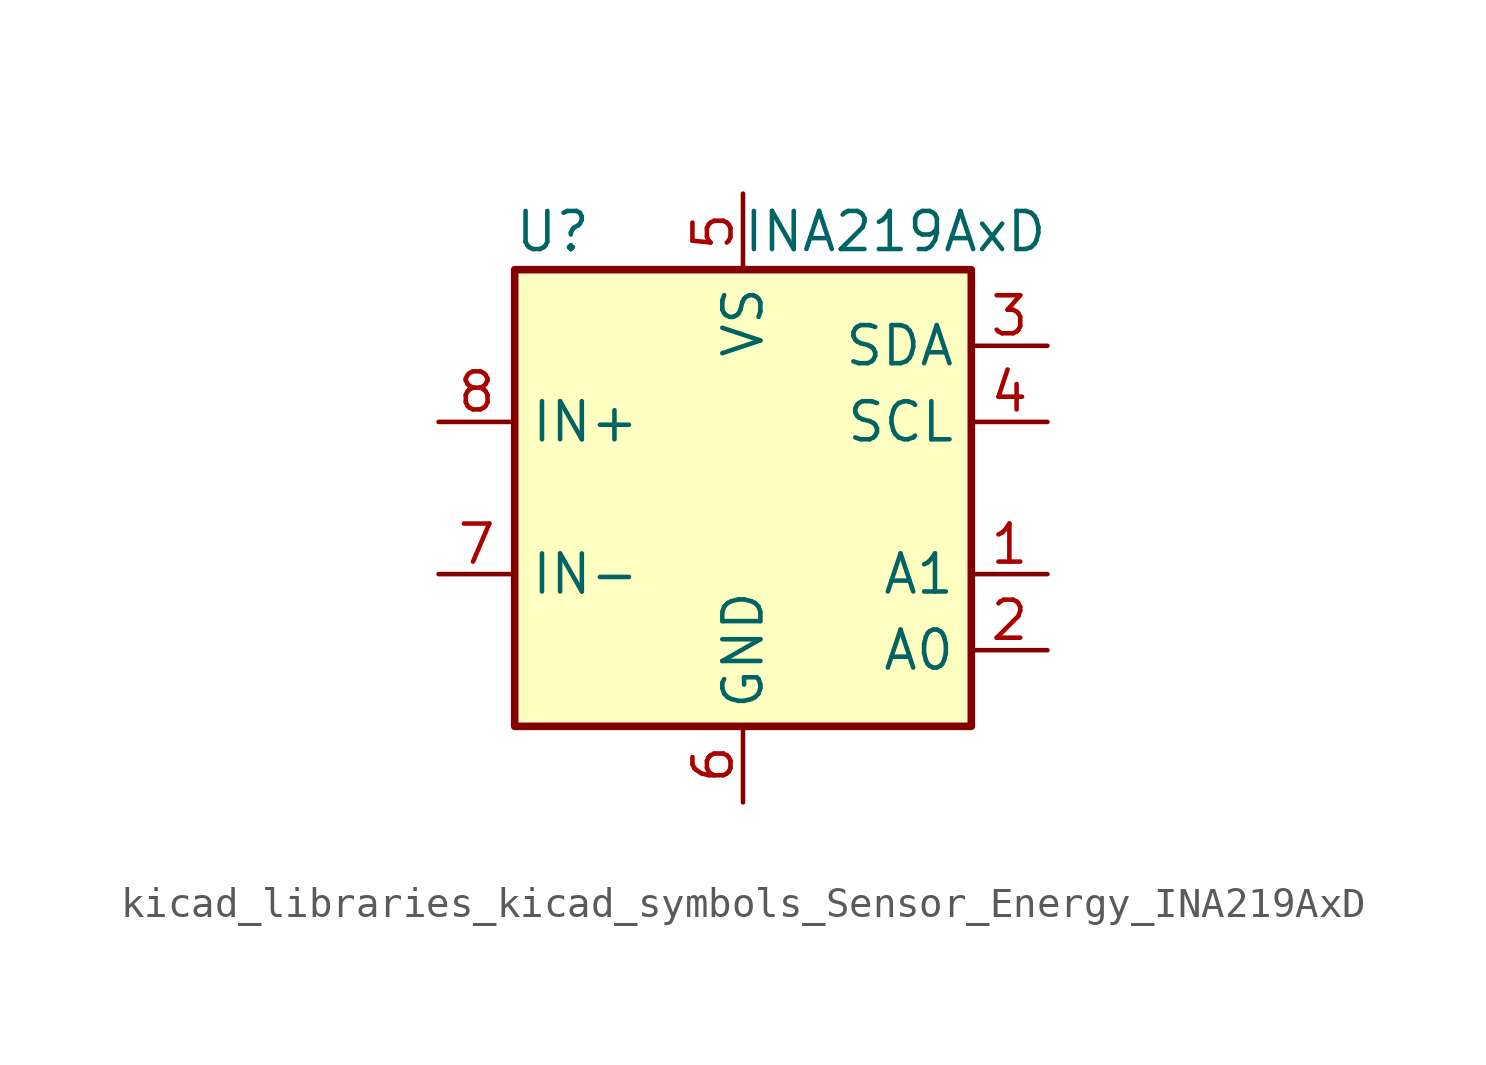
<source format=kicad_sym>
(kicad_symbol_lib
  (version 20220914)
  (generator kicad_symbol_editor)
  (symbol "kicad_libraries_kicad_symbols_Sensor_Energy_INA219AxD"
    (property "Reference" "U"
      (at -6.35 8.89 0)
      (effects (font (size 1.27 1.27))))
    (property "Value" "INA219AxD"
      (at 5.08 8.89 0)
      (effects (font (size 1.27 1.27))))
    (symbol "kicad_libraries_kicad_symbols_Sensor_Energy_INA219AxD_0_1"
      (rectangle (start -7.62 7.62) (end 7.62 -7.62) (stroke (width 0.254) (type default)) (fill (type background))))
    (symbol "kicad_libraries_kicad_symbols_Sensor_Energy_INA219AxD_1_1"
      (pin input line (at 10.16 -2.54 180) (length 2.54) (name "A1" (effects (font (size 1.27 1.27)))) (number "1" (effects (font (size 1.27 1.27)))))
      (pin input line (at 10.16 -5.08 180) (length 2.54) (name "A0" (effects (font (size 1.27 1.27)))) (number "2" (effects (font (size 1.27 1.27)))))
      (pin bidirectional line (at 10.16 5.08 180) (length 2.54) (name "SDA" (effects (font (size 1.27 1.27)))) (number "3" (effects (font (size 1.27 1.27)))))
      (pin input line (at 10.16 2.54 180) (length 2.54) (name "SCL" (effects (font (size 1.27 1.27)))) (number "4" (effects (font (size 1.27 1.27)))))
      (pin power_in line (at 0 10.16 270) (length 2.54) (name "VS" (effects (font (size 1.27 1.27)))) (number "5" (effects (font (size 1.27 1.27)))))
      (pin power_in line (at 0 -10.16 90) (length 2.54) (name "GND" (effects (font (size 1.27 1.27)))) (number "6" (effects (font (size 1.27 1.27)))))
      (pin input line (at -10.16 -2.54 0) (length 2.54) (name "IN-" (effects (font (size 1.27 1.27)))) (number "7" (effects (font (size 1.27 1.27)))))
      (pin input line (at -10.16 2.54 0) (length 2.54) (name "IN+" (effects (font (size 1.27 1.27)))) (number "8" (effects (font (size 1.27 1.27))))))))
</source>
